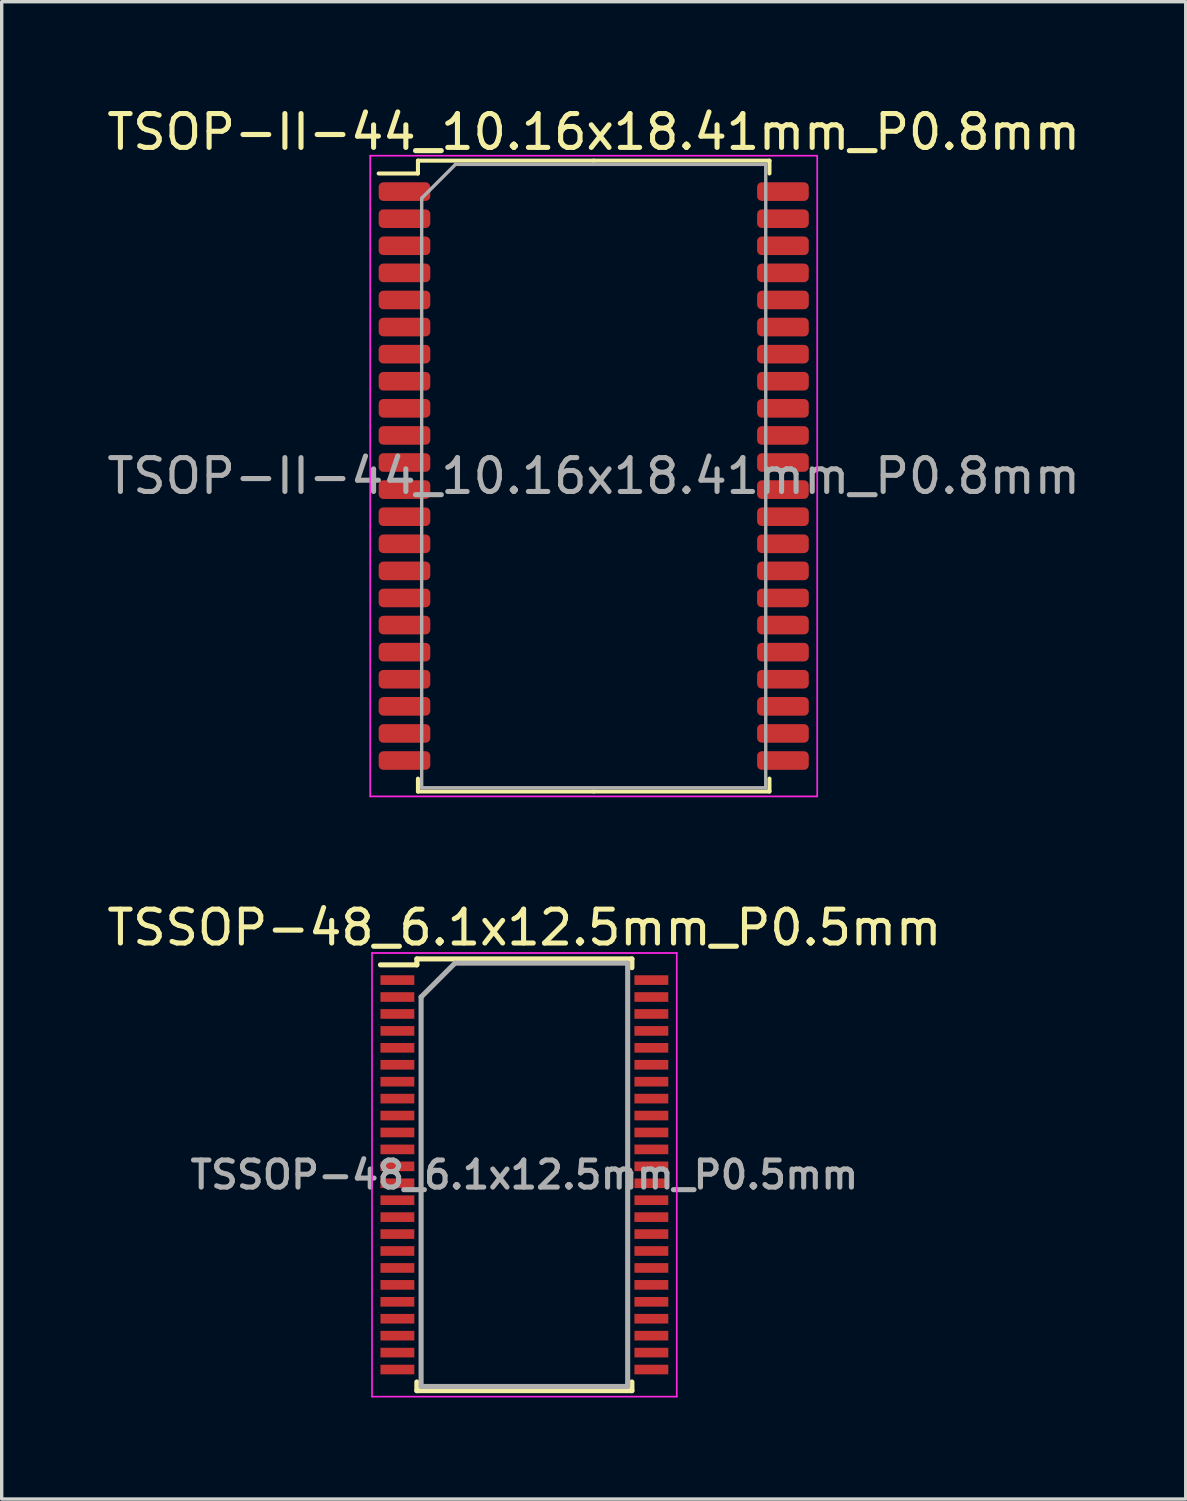
<source format=kicad_pcb>
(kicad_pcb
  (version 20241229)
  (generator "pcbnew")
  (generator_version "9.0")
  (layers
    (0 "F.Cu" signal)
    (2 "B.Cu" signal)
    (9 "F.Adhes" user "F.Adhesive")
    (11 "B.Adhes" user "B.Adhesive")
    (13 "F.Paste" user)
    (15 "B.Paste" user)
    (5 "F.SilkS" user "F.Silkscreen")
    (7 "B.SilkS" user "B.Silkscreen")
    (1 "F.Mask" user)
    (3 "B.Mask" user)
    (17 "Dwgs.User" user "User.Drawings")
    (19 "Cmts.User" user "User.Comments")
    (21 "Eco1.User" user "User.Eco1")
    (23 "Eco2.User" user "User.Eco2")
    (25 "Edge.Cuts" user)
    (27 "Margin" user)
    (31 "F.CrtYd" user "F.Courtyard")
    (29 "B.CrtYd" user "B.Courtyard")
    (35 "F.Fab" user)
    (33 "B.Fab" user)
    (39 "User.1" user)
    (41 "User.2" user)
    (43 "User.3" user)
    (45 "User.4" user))
  (footprint "TSOP-II-44_10.16x18.41mm_P0.8mm"
    (layer "F.Cu")
    (at 14.482 11.008)
    (property "Reference" "TSOP-II-44_10.16x18.41mm_P0.8mm" (at 0 -10.16 0) (layer "F.SilkS") (effects (font (size 1 1) (thickness 0.15))))
    (attr smd)
    (fp_line (start -5.19 -9.315) (end -5.19 -8.935) (stroke (width 0.12) (type solid)) (layer "F.SilkS"))
    (fp_line (start -5.19 -8.935) (end -6.35 -8.935) (stroke (width 0.12) (type solid)) (layer "F.SilkS"))
    (fp_line (start -5.19 9.315) (end -5.19 8.935) (stroke (width 0.12) (type solid)) (layer "F.SilkS"))
    (fp_line (start 0 -9.315) (end -5.19 -9.315) (stroke (width 0.12) (type solid)) (layer "F.SilkS"))
    (fp_line (start 0 -9.315) (end 5.19 -9.315) (stroke (width 0.12) (type solid)) (layer "F.SilkS"))
    (fp_line (start 0 9.315) (end -5.19 9.315) (stroke (width 0.12) (type solid)) (layer "F.SilkS"))
    (fp_line (start 0 9.315) (end 5.19 9.315) (stroke (width 0.12) (type solid)) (layer "F.SilkS"))
    (fp_line (start 5.19 -9.315) (end 5.19 -8.935) (stroke (width 0.12) (type solid)) (layer "F.SilkS"))
    (fp_line (start 5.19 9.315) (end 5.19 8.935) (stroke (width 0.12) (type solid)) (layer "F.SilkS"))
    (fp_line (start -6.6 -9.46) (end -6.6 9.46) (stroke (width 0.05) (type solid)) (layer "F.CrtYd"))
    (fp_line (start -6.6 9.46) (end 6.6 9.46) (stroke (width 0.05) (type solid)) (layer "F.CrtYd"))
    (fp_line (start 6.6 -9.46) (end -6.6 -9.46) (stroke (width 0.05) (type solid)) (layer "F.CrtYd"))
    (fp_line (start 6.6 9.46) (end 6.6 -9.46) (stroke (width 0.05) (type solid)) (layer "F.CrtYd"))
    (fp_line (start -5.08 -8.205) (end -4.08 -9.205) (stroke (width 0.1) (type solid)) (layer "F.Fab"))
    (fp_line (start -5.08 9.205) (end -5.08 -8.205) (stroke (width 0.1) (type solid)) (layer "F.Fab"))
    (fp_line (start -4.08 -9.205) (end 5.08 -9.205) (stroke (width 0.1) (type solid)) (layer "F.Fab"))
    (fp_line (start 5.08 -9.205) (end 5.08 9.205) (stroke (width 0.1) (type solid)) (layer "F.Fab"))
    (fp_line (start 5.08 9.205) (end -5.08 9.205) (stroke (width 0.1) (type solid)) (layer "F.Fab"))
    (fp_text user "${REFERENCE}" (at 0 0 0) (layer "F.Fab") (effects (font (size 1 1) (thickness 0.15))))
    (pad "1" smd roundrect (at -5.588 -8.4) (size 1.525 0.55) (layers "F.Cu" "F.Mask" "F.Paste") (roundrect_rratio 0.25))
    (pad "2" smd roundrect (at -5.588 -7.6) (size 1.525 0.55) (layers "F.Cu" "F.Mask" "F.Paste") (roundrect_rratio 0.25))
    (pad "3" smd roundrect (at -5.588 -6.8) (size 1.525 0.55) (layers "F.Cu" "F.Mask" "F.Paste") (roundrect_rratio 0.25))
    (pad "4" smd roundrect (at -5.588 -6) (size 1.525 0.55) (layers "F.Cu" "F.Mask" "F.Paste") (roundrect_rratio 0.25))
    (pad "5" smd roundrect (at -5.588 -5.2) (size 1.525 0.55) (layers "F.Cu" "F.Mask" "F.Paste") (roundrect_rratio 0.25))
    (pad "6" smd roundrect (at -5.588 -4.4) (size 1.525 0.55) (layers "F.Cu" "F.Mask" "F.Paste") (roundrect_rratio 0.25))
    (pad "7" smd roundrect (at -5.588 -3.6) (size 1.525 0.55) (layers "F.Cu" "F.Mask" "F.Paste") (roundrect_rratio 0.25))
    (pad "8" smd roundrect (at -5.588 -2.8) (size 1.525 0.55) (layers "F.Cu" "F.Mask" "F.Paste") (roundrect_rratio 0.25))
    (pad "9" smd roundrect (at -5.588 -2) (size 1.525 0.55) (layers "F.Cu" "F.Mask" "F.Paste") (roundrect_rratio 0.25))
    (pad "10" smd roundrect (at -5.588 -1.2) (size 1.525 0.55) (layers "F.Cu" "F.Mask" "F.Paste") (roundrect_rratio 0.25))
    (pad "11" smd roundrect (at -5.588 -0.4) (size 1.525 0.55) (layers "F.Cu" "F.Mask" "F.Paste") (roundrect_rratio 0.25))
    (pad "12" smd roundrect (at -5.588 0.4) (size 1.525 0.55) (layers "F.Cu" "F.Mask" "F.Paste") (roundrect_rratio 0.25))
    (pad "13" smd roundrect (at -5.588 1.2) (size 1.525 0.55) (layers "F.Cu" "F.Mask" "F.Paste") (roundrect_rratio 0.25))
    (pad "14" smd roundrect (at -5.588 2) (size 1.525 0.55) (layers "F.Cu" "F.Mask" "F.Paste") (roundrect_rratio 0.25))
    (pad "15" smd roundrect (at -5.588 2.8) (size 1.525 0.55) (layers "F.Cu" "F.Mask" "F.Paste") (roundrect_rratio 0.25))
    (pad "16" smd roundrect (at -5.588 3.6) (size 1.525 0.55) (layers "F.Cu" "F.Mask" "F.Paste") (roundrect_rratio 0.25))
    (pad "17" smd roundrect (at -5.588 4.4) (size 1.525 0.55) (layers "F.Cu" "F.Mask" "F.Paste") (roundrect_rratio 0.25))
    (pad "18" smd roundrect (at -5.588 5.2) (size 1.525 0.55) (layers "F.Cu" "F.Mask" "F.Paste") (roundrect_rratio 0.25))
    (pad "19" smd roundrect (at -5.588 6) (size 1.525 0.55) (layers "F.Cu" "F.Mask" "F.Paste") (roundrect_rratio 0.25))
    (pad "20" smd roundrect (at -5.588 6.8) (size 1.525 0.55) (layers "F.Cu" "F.Mask" "F.Paste") (roundrect_rratio 0.25))
    (pad "21" smd roundrect (at -5.588 7.6) (size 1.525 0.55) (layers "F.Cu" "F.Mask" "F.Paste") (roundrect_rratio 0.25))
    (pad "22" smd roundrect (at -5.588 8.4) (size 1.525 0.55) (layers "F.Cu" "F.Mask" "F.Paste") (roundrect_rratio 0.25))
    (pad "23" smd roundrect (at 5.588 8.4) (size 1.525 0.55) (layers "F.Cu" "F.Mask" "F.Paste") (roundrect_rratio 0.25))
    (pad "24" smd roundrect (at 5.588 7.6) (size 1.525 0.55) (layers "F.Cu" "F.Mask" "F.Paste") (roundrect_rratio 0.25))
    (pad "25" smd roundrect (at 5.588 6.8) (size 1.525 0.55) (layers "F.Cu" "F.Mask" "F.Paste") (roundrect_rratio 0.25))
    (pad "26" smd roundrect (at 5.588 6) (size 1.525 0.55) (layers "F.Cu" "F.Mask" "F.Paste") (roundrect_rratio 0.25))
    (pad "27" smd roundrect (at 5.588 5.2) (size 1.525 0.55) (layers "F.Cu" "F.Mask" "F.Paste") (roundrect_rratio 0.25))
    (pad "28" smd roundrect (at 5.588 4.4) (size 1.525 0.55) (layers "F.Cu" "F.Mask" "F.Paste") (roundrect_rratio 0.25))
    (pad "29" smd roundrect (at 5.588 3.6) (size 1.525 0.55) (layers "F.Cu" "F.Mask" "F.Paste") (roundrect_rratio 0.25))
    (pad "30" smd roundrect (at 5.588 2.8) (size 1.525 0.55) (layers "F.Cu" "F.Mask" "F.Paste") (roundrect_rratio 0.25))
    (pad "31" smd roundrect (at 5.588 2) (size 1.525 0.55) (layers "F.Cu" "F.Mask" "F.Paste") (roundrect_rratio 0.25))
    (pad "32" smd roundrect (at 5.588 1.2) (size 1.525 0.55) (layers "F.Cu" "F.Mask" "F.Paste") (roundrect_rratio 0.25))
    (pad "33" smd roundrect (at 5.588 0.4) (size 1.525 0.55) (layers "F.Cu" "F.Mask" "F.Paste") (roundrect_rratio 0.25))
    (pad "34" smd roundrect (at 5.588 -0.4) (size 1.525 0.55) (layers "F.Cu" "F.Mask" "F.Paste") (roundrect_rratio 0.25))
    (pad "35" smd roundrect (at 5.588 -1.2) (size 1.525 0.55) (layers "F.Cu" "F.Mask" "F.Paste") (roundrect_rratio 0.25))
    (pad "36" smd roundrect (at 5.588 -2) (size 1.525 0.55) (layers "F.Cu" "F.Mask" "F.Paste") (roundrect_rratio 0.25))
    (pad "37" smd roundrect (at 5.588 -2.8) (size 1.525 0.55) (layers "F.Cu" "F.Mask" "F.Paste") (roundrect_rratio 0.25))
    (pad "38" smd roundrect (at 5.588 -3.6) (size 1.525 0.55) (layers "F.Cu" "F.Mask" "F.Paste") (roundrect_rratio 0.25))
    (pad "39" smd roundrect (at 5.588 -4.4) (size 1.525 0.55) (layers "F.Cu" "F.Mask" "F.Paste") (roundrect_rratio 0.25))
    (pad "40" smd roundrect (at 5.588 -5.2) (size 1.525 0.55) (layers "F.Cu" "F.Mask" "F.Paste") (roundrect_rratio 0.25))
    (pad "41" smd roundrect (at 5.588 -6) (size 1.525 0.55) (layers "F.Cu" "F.Mask" "F.Paste") (roundrect_rratio 0.25))
    (pad "42" smd roundrect (at 5.588 -6.8) (size 1.525 0.55) (layers "F.Cu" "F.Mask" "F.Paste") (roundrect_rratio 0.25))
    (pad "43" smd roundrect (at 5.588 -7.6) (size 1.525 0.55) (layers "F.Cu" "F.Mask" "F.Paste") (roundrect_rratio 0.25))
    (pad "44" smd roundrect (at 5.588 -8.4) (size 1.525 0.55) (layers "F.Cu" "F.Mask" "F.Paste") (roundrect_rratio 0.25)))
  (footprint "TSSOP-48_6.1x12.5mm_P0.5mm"
    (layer "F.Cu")
    (at 12.435 31.642)
    (property "Reference" "TSSOP-48_6.1x12.5mm_P0.5mm" (at 0 -7.3 0) (layer "F.SilkS") (effects (font (size 1 1) (thickness 0.15))))
    (attr smd)
    (fp_line (start -3.175 -6.375) (end -3.175 -6.2) (stroke (width 0.15) (type solid)) (layer "F.SilkS"))
    (fp_line (start -3.175 -6.375) (end 3.175 -6.375) (stroke (width 0.15) (type solid)) (layer "F.SilkS"))
    (fp_line (start -3.175 -6.2) (end -4.25 -6.2) (stroke (width 0.15) (type solid)) (layer "F.SilkS"))
    (fp_line (start -3.175 6.375) (end -3.175 6.117) (stroke (width 0.15) (type solid)) (layer "F.SilkS"))
    (fp_line (start -3.175 6.375) (end 3.175 6.375) (stroke (width 0.15) (type solid)) (layer "F.SilkS"))
    (fp_line (start 3.175 -6.375) (end 3.175 -6.117) (stroke (width 0.15) (type solid)) (layer "F.SilkS"))
    (fp_line (start 3.175 6.375) (end 3.175 6.117) (stroke (width 0.15) (type solid)) (layer "F.SilkS"))
    (fp_line (start -4.5 -6.55) (end -4.5 6.55) (stroke (width 0.05) (type solid)) (layer "F.CrtYd"))
    (fp_line (start -4.5 -6.55) (end 4.5 -6.55) (stroke (width 0.05) (type solid)) (layer "F.CrtYd"))
    (fp_line (start -4.5 6.55) (end 4.5 6.55) (stroke (width 0.05) (type solid)) (layer "F.CrtYd"))
    (fp_line (start 4.5 -6.55) (end 4.5 6.55) (stroke (width 0.05) (type solid)) (layer "F.CrtYd"))
    (fp_line (start -3.05 -5.25) (end -2.05 -6.25) (stroke (width 0.15) (type solid)) (layer "F.Fab"))
    (fp_line (start -3.05 6.25) (end -3.05 -5.25) (stroke (width 0.15) (type solid)) (layer "F.Fab"))
    (fp_line (start -2.05 -6.25) (end 3.05 -6.25) (stroke (width 0.15) (type solid)) (layer "F.Fab"))
    (fp_line (start 3.05 -6.25) (end 3.05 6.25) (stroke (width 0.15) (type solid)) (layer "F.Fab"))
    (fp_line (start 3.05 6.25) (end -3.05 6.25) (stroke (width 0.15) (type solid)) (layer "F.Fab"))
    (fp_text user "${REFERENCE}" (at 0 0 0) (layer "F.Fab") (effects (font (size 0.8 0.8) (thickness 0.15))))
    (pad "1" smd rect (at -3.75 -5.75) (size 1 0.285) (layers "F.Cu" "F.Mask" "F.Paste"))
    (pad "2" smd rect (at -3.75 -5.25) (size 1 0.285) (layers "F.Cu" "F.Mask" "F.Paste"))
    (pad "3" smd rect (at -3.75 -4.75) (size 1 0.285) (layers "F.Cu" "F.Mask" "F.Paste"))
    (pad "4" smd rect (at -3.75 -4.25) (size 1 0.285) (layers "F.Cu" "F.Mask" "F.Paste"))
    (pad "5" smd rect (at -3.75 -3.75) (size 1 0.285) (layers "F.Cu" "F.Mask" "F.Paste"))
    (pad "6" smd rect (at -3.75 -3.25) (size 1 0.285) (layers "F.Cu" "F.Mask" "F.Paste"))
    (pad "7" smd rect (at -3.75 -2.75) (size 1 0.285) (layers "F.Cu" "F.Mask" "F.Paste"))
    (pad "8" smd rect (at -3.75 -2.25) (size 1 0.285) (layers "F.Cu" "F.Mask" "F.Paste"))
    (pad "9" smd rect (at -3.75 -1.75) (size 1 0.285) (layers "F.Cu" "F.Mask" "F.Paste"))
    (pad "10" smd rect (at -3.75 -1.25) (size 1 0.285) (layers "F.Cu" "F.Mask" "F.Paste"))
    (pad "11" smd rect (at -3.75 -0.75) (size 1 0.285) (layers "F.Cu" "F.Mask" "F.Paste"))
    (pad "12" smd rect (at -3.75 -0.25) (size 1 0.285) (layers "F.Cu" "F.Mask" "F.Paste"))
    (pad "13" smd rect (at -3.75 0.25) (size 1 0.285) (layers "F.Cu" "F.Mask" "F.Paste"))
    (pad "14" smd rect (at -3.75 0.75) (size 1 0.285) (layers "F.Cu" "F.Mask" "F.Paste"))
    (pad "15" smd rect (at -3.75 1.25) (size 1 0.285) (layers "F.Cu" "F.Mask" "F.Paste"))
    (pad "16" smd rect (at -3.75 1.75) (size 1 0.285) (layers "F.Cu" "F.Mask" "F.Paste"))
    (pad "17" smd rect (at -3.75 2.25) (size 1 0.285) (layers "F.Cu" "F.Mask" "F.Paste"))
    (pad "18" smd rect (at -3.75 2.75) (size 1 0.285) (layers "F.Cu" "F.Mask" "F.Paste"))
    (pad "19" smd rect (at -3.75 3.25) (size 1 0.285) (layers "F.Cu" "F.Mask" "F.Paste"))
    (pad "20" smd rect (at -3.75 3.75) (size 1 0.285) (layers "F.Cu" "F.Mask" "F.Paste"))
    (pad "21" smd rect (at -3.75 4.25) (size 1 0.285) (layers "F.Cu" "F.Mask" "F.Paste"))
    (pad "22" smd rect (at -3.75 4.75) (size 1 0.285) (layers "F.Cu" "F.Mask" "F.Paste"))
    (pad "23" smd rect (at -3.75 5.25) (size 1 0.285) (layers "F.Cu" "F.Mask" "F.Paste"))
    (pad "24" smd rect (at -3.75 5.75) (size 1 0.285) (layers "F.Cu" "F.Mask" "F.Paste"))
    (pad "25" smd rect (at 3.75 5.75) (size 1 0.285) (layers "F.Cu" "F.Mask" "F.Paste"))
    (pad "26" smd rect (at 3.75 5.25) (size 1 0.285) (layers "F.Cu" "F.Mask" "F.Paste"))
    (pad "27" smd rect (at 3.75 4.75) (size 1 0.285) (layers "F.Cu" "F.Mask" "F.Paste"))
    (pad "28" smd rect (at 3.75 4.25) (size 1 0.285) (layers "F.Cu" "F.Mask" "F.Paste"))
    (pad "29" smd rect (at 3.75 3.75) (size 1 0.285) (layers "F.Cu" "F.Mask" "F.Paste"))
    (pad "30" smd rect (at 3.75 3.25) (size 1 0.285) (layers "F.Cu" "F.Mask" "F.Paste"))
    (pad "31" smd rect (at 3.75 2.75) (size 1 0.285) (layers "F.Cu" "F.Mask" "F.Paste"))
    (pad "32" smd rect (at 3.75 2.25) (size 1 0.285) (layers "F.Cu" "F.Mask" "F.Paste"))
    (pad "33" smd rect (at 3.75 1.75) (size 1 0.285) (layers "F.Cu" "F.Mask" "F.Paste"))
    (pad "34" smd rect (at 3.75 1.25) (size 1 0.285) (layers "F.Cu" "F.Mask" "F.Paste"))
    (pad "35" smd rect (at 3.75 0.75) (size 1 0.285) (layers "F.Cu" "F.Mask" "F.Paste"))
    (pad "36" smd rect (at 3.75 0.25) (size 1 0.285) (layers "F.Cu" "F.Mask" "F.Paste"))
    (pad "37" smd rect (at 3.75 -0.25) (size 1 0.285) (layers "F.Cu" "F.Mask" "F.Paste"))
    (pad "38" smd rect (at 3.75 -0.75) (size 1 0.285) (layers "F.Cu" "F.Mask" "F.Paste"))
    (pad "39" smd rect (at 3.75 -1.25) (size 1 0.285) (layers "F.Cu" "F.Mask" "F.Paste"))
    (pad "40" smd rect (at 3.75 -1.75) (size 1 0.285) (layers "F.Cu" "F.Mask" "F.Paste"))
    (pad "41" smd rect (at 3.75 -2.25) (size 1 0.285) (layers "F.Cu" "F.Mask" "F.Paste"))
    (pad "42" smd rect (at 3.75 -2.75) (size 1 0.285) (layers "F.Cu" "F.Mask" "F.Paste"))
    (pad "43" smd rect (at 3.75 -3.25) (size 1 0.285) (layers "F.Cu" "F.Mask" "F.Paste"))
    (pad "44" smd rect (at 3.75 -3.75) (size 1 0.285) (layers "F.Cu" "F.Mask" "F.Paste"))
    (pad "45" smd rect (at 3.75 -4.25) (size 1 0.285) (layers "F.Cu" "F.Mask" "F.Paste"))
    (pad "46" smd rect (at 3.75 -4.75) (size 1 0.285) (layers "F.Cu" "F.Mask" "F.Paste"))
    (pad "47" smd rect (at 3.75 -5.25) (size 1 0.285) (layers "F.Cu" "F.Mask" "F.Paste"))
    (pad "48" smd rect (at 3.75 -5.75) (size 1 0.285) (layers "F.Cu" "F.Mask" "F.Paste")))
  (gr_rect
    (start -3 -3)
    (end 31.964 41.217)
    (stroke (width 0.1) (type default))
    (fill no)
    (layer "Edge.Cuts")))
</source>
